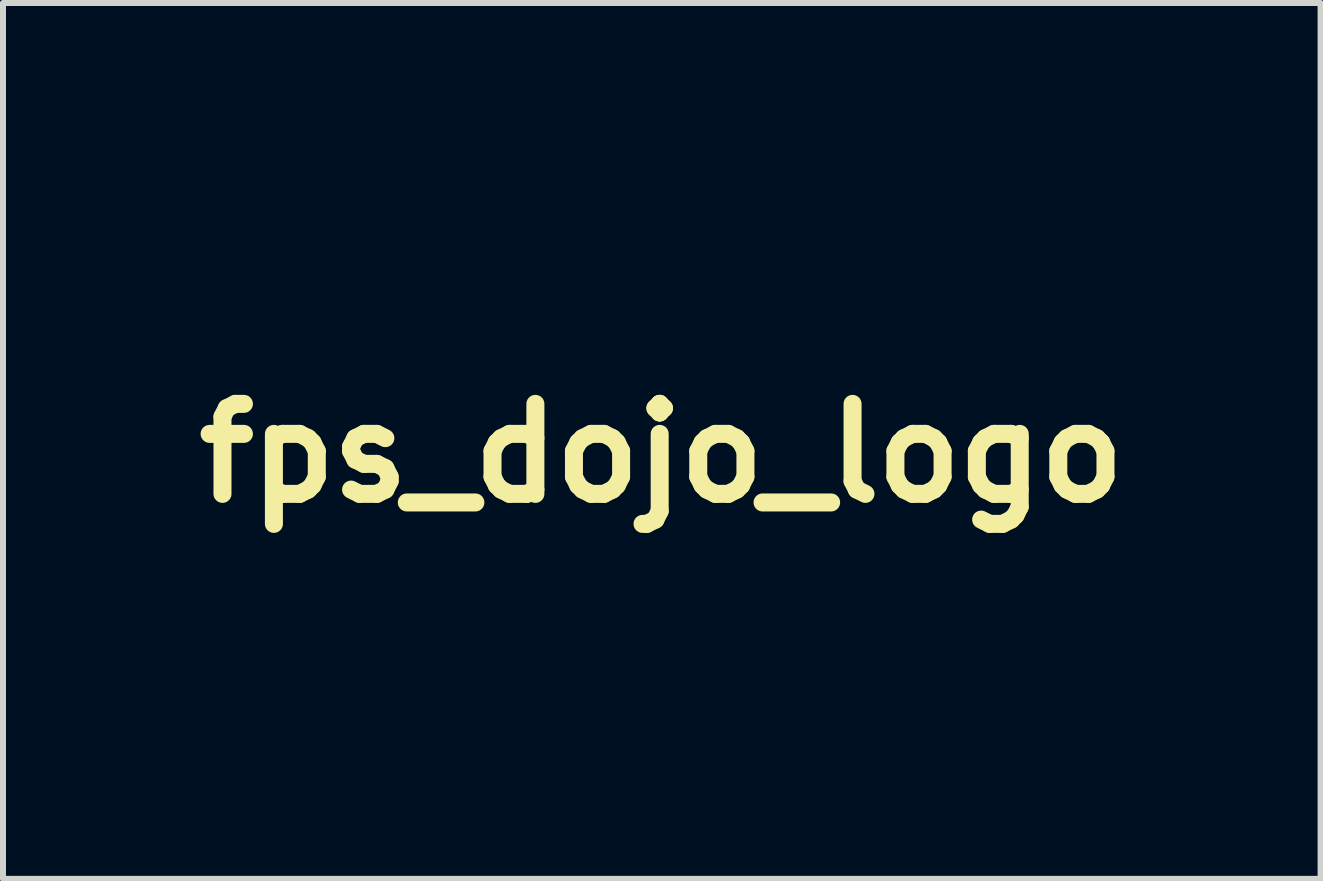
<source format=kicad_pcb>
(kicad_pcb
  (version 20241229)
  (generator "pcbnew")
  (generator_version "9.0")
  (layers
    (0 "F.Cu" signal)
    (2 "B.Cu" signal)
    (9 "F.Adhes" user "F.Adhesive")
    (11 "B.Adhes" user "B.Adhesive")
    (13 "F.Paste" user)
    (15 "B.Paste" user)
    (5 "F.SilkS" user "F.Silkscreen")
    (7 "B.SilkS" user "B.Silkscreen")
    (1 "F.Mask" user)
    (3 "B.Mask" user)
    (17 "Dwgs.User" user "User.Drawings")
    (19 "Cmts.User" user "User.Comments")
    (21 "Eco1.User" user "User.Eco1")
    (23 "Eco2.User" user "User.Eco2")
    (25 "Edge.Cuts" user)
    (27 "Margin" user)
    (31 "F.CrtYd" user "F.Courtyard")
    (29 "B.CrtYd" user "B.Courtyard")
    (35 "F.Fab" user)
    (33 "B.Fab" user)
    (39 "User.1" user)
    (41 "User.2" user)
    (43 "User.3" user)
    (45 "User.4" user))
  (footprint "fps_dojo_logo"
    (layer "F.Cu")
    (at 7.979 4.502)
    (property "Reference" "fps_dojo_logo" (at 0 0 0) (layer "F.SilkS") (effects (font (size 1.5 1.5) (thickness 0.3))))
    (attr board_only exclude_from_pos_files exclude_from_bom)
    (fp_poly (pts (xy -5.819 -0.248) (xy -5.791 -0.244) (xy -5.73 -0.234) (xy -5.641 -0.221) (xy -5.528 -0.203) (xy -5.395 -0.183) (xy -5.247 -0.161) (xy -5.087 -0.137) (xy -5.042 -0.13) (xy -4.883 -0.106) (xy -4.735 -0.084) (xy -4.603 -0.064) (xy -4.49 -0.046) (xy -4.402 -0.032) (xy -4.34 -0.022) (xy -4.311 -0.016) (xy -4.309 -0.015) (xy -4.312 0.004) (xy -4.323 0.052) (xy -4.341 0.124) (xy -4.364 0.212) (xy -4.378 0.264) (xy -4.452 0.537) (xy -4.518 0.535) (xy -4.551 0.532) (xy -4.617 0.523) (xy -4.709 0.511) (xy -4.826 0.494) (xy -4.961 0.474) (xy -5.11 0.452) (xy -5.269 0.428) (xy -5.297 0.424) (xy -5.455 0.4) (xy -5.601 0.377) (xy -5.73 0.357) (xy -5.841 0.339) (xy -5.927 0.325) (xy -5.985 0.316) (xy -6.012 0.311) (xy -6.013 0.31) (xy -6.01 0.292) (xy -5.999 0.244) (xy -5.981 0.172) (xy -5.958 0.083) (xy -5.943 0.024) (xy -5.914 -0.082) (xy -5.893 -0.157) (xy -5.877 -0.206) (xy -5.863 -0.235) (xy -5.85 -0.248) (xy -5.834 -0.251)) (stroke (width 0) (type solid)) (fill yes) (layer "F.Mask"))
    (fp_poly (pts (xy 5.552 -0.259) (xy 5.859 -0.259) (xy 6.133 -0.259) (xy 6.374 -0.258) (xy 6.584 -0.257) (xy 6.765 -0.256) (xy 6.918 -0.255) (xy 7.046 -0.253) (xy 7.149 -0.251) (xy 7.23 -0.249) (xy 7.289 -0.246) (xy 7.328 -0.243) (xy 7.35 -0.24) (xy 7.355 -0.237) (xy 7.35 -0.215) (xy 7.336 -0.161) (xy 7.314 -0.079) (xy 7.285 0.028) (xy 7.249 0.156) (xy 7.208 0.302) (xy 7.164 0.462) (xy 7.12 0.615) (xy 6.885 1.445) (xy 4.732 1.445) (xy 2.578 1.445) (xy 2.614 1.32) (xy 2.627 1.275) (xy 2.648 1.198) (xy 2.678 1.096) (xy 2.703 1.008) (xy 4.002 1.008) (xy 4.02 1.01) (xy 4.071 1.012) (xy 4.152 1.014) (xy 4.259 1.015) (xy 4.389 1.015) (xy 4.537 1.016) (xy 4.701 1.015) (xy 4.858 1.015) (xy 5.713 1.01) (xy 5.745 0.903) (xy 5.777 0.797) (xy 4.918 0.797) (xy 4.06 0.797) (xy 4.031 0.897) (xy 4.015 0.953) (xy 4.004 0.995) (xy 4.002 1.008) (xy 2.703 1.008) (xy 2.713 0.971) (xy 2.754 0.83) (xy 2.798 0.676) (xy 2.844 0.514) (xy 2.857 0.468) (xy 2.888 0.36) (xy 4.187 0.36) (xy 4.205 0.362) (xy 4.256 0.364) (xy 4.337 0.366) (xy 4.444 0.368) (xy 4.574 0.369) (xy 4.722 0.37) (xy 4.886 0.37) (xy 5.04 0.371) (xy 5.892 0.371) (xy 5.908 0.329) (xy 5.924 0.278) (xy 5.935 0.236) (xy 5.948 0.185) (xy 5.088 0.185) (xy 4.228 0.185) (xy 4.208 0.268) (xy 4.195 0.319) (xy 4.188 0.354) (xy 4.187 0.36) (xy 2.888 0.36) (xy 3.064 -0.259) (xy 5.21 -0.259)) (stroke (width 0) (type solid)) (fill yes) (layer "F.Mask"))
    (fp_poly (pts (xy -3.499 -4.502) (xy -3.193 -4.502) (xy -2.92 -4.501) (xy -2.68 -4.501) (xy -2.471 -4.5) (xy -2.291 -4.499) (xy -2.138 -4.497) (xy -2.011 -4.496) (xy -1.909 -4.494) (xy -1.829 -4.491) (xy -1.77 -4.489) (xy -1.731 -4.486) (xy -1.71 -4.483) (xy -1.704 -4.48) (xy -1.709 -4.453) (xy -1.722 -4.4) (xy -1.741 -4.329) (xy -1.753 -4.285) (xy -1.802 -4.113) (xy -3.276 -4.108) (xy -4.75 -4.104) (xy -4.903 -3.576) (xy -4.942 -3.441) (xy -4.977 -3.318) (xy -5.007 -3.21) (xy -5.032 -3.123) (xy -5.048 -3.061) (xy -5.056 -3.028) (xy -5.057 -3.024) (xy -5.05 -3.02) (xy -5.028 -3.016) (xy -4.988 -3.013) (xy -4.929 -3.01) (xy -4.848 -3.007) (xy -4.744 -3.005) (xy -4.614 -3.004) (xy -4.455 -3.003) (xy -4.267 -3.002) (xy -4.047 -3.002) (xy -3.793 -3.001) (xy -3.678 -3.001) (xy -3.455 -3.001) (xy -3.244 -3.001) (xy -3.046 -3.001) (xy -2.866 -3) (xy -2.705 -3) (xy -2.567 -2.999) (xy -2.454 -2.999) (xy -2.37 -2.998) (xy -2.317 -2.997) (xy -2.298 -2.997) (xy -2.298 -2.997) (xy -2.303 -2.978) (xy -2.316 -2.932) (xy -2.335 -2.865) (xy -2.351 -2.807) (xy -2.404 -2.622) (xy -3.792 -2.617) (xy -5.18 -2.612) (xy -5.408 -1.811) (xy -5.457 -1.642) (xy -5.503 -1.481) (xy -5.545 -1.332) (xy -5.583 -1.2) (xy -5.615 -1.089) (xy -5.64 -1.002) (xy -5.657 -0.943) (xy -5.663 -0.922) (xy -5.689 -0.834) (xy -6.357 -0.834) (xy -6.535 -0.834) (xy -6.68 -0.835) (xy -6.794 -0.836) (xy -6.881 -0.838) (xy -6.943 -0.841) (xy -6.985 -0.845) (xy -7.009 -0.85) (xy -7.018 -0.856) (xy -7.018 -0.859) (xy -7.012 -0.88) (xy -6.997 -0.934) (xy -6.973 -1.019) (xy -6.941 -1.132) (xy -6.901 -1.272) (xy -6.854 -1.435) (xy -6.802 -1.619) (xy -6.744 -1.822) (xy -6.681 -2.041) (xy -6.614 -2.274) (xy -6.544 -2.518) (xy -6.494 -2.693) (xy -5.976 -4.502) (xy -3.84 -4.502)) (stroke (width 0) (type solid)) (fill yes) (layer "F.Mask"))
    (fp_poly (pts (xy 0.95 -4.502) (xy 1.218 -4.502) (xy 1.473 -4.501) (xy 1.713 -4.5) (xy 1.936 -4.499) (xy 2.139 -4.498) (xy 2.319 -4.497) (xy 2.476 -4.496) (xy 2.606 -4.494) (xy 2.707 -4.492) (xy 2.776 -4.491) (xy 2.812 -4.489) (xy 2.817 -4.488) (xy 2.812 -4.468) (xy 2.798 -4.416) (xy 2.775 -4.335) (xy 2.746 -4.228) (xy 2.71 -4.099) (xy 2.668 -3.951) (xy 2.622 -3.788) (xy 2.572 -3.613) (xy 2.553 -3.543) (xy 2.288 -2.612) (xy 0.805 -2.612) (xy -0.678 -2.612) (xy -0.906 -1.811) (xy -0.955 -1.642) (xy -1.001 -1.481) (xy -1.043 -1.333) (xy -1.081 -1.2) (xy -1.113 -1.089) (xy -1.138 -1.002) (xy -1.155 -0.943) (xy -1.161 -0.922) (xy -1.187 -0.834) (xy -1.855 -0.834) (xy -2.033 -0.834) (xy -2.178 -0.835) (xy -2.292 -0.836) (xy -2.379 -0.838) (xy -2.441 -0.841) (xy -2.483 -0.845) (xy -2.507 -0.85) (xy -2.516 -0.856) (xy -2.516 -0.859) (xy -2.511 -0.88) (xy -2.495 -0.934) (xy -2.471 -1.019) (xy -2.439 -1.132) (xy -2.399 -1.272) (xy -2.352 -1.435) (xy -2.3 -1.619) (xy -2.242 -1.822) (xy -2.179 -2.041) (xy -2.112 -2.274) (xy -2.042 -2.518) (xy -1.992 -2.693) (xy -1.897 -3.024) (xy -0.555 -3.024) (xy -0.548 -3.018) (xy -0.526 -3.014) (xy -0.484 -3.01) (xy -0.422 -3.007) (xy -0.335 -3.006) (xy -0.221 -3.005) (xy -0.078 -3.004) (xy 0.097 -3.005) (xy 0.252 -3.006) (xy 1.061 -3.011) (xy 1.216 -3.547) (xy 1.255 -3.682) (xy 1.29 -3.806) (xy 1.32 -3.913) (xy 1.345 -4) (xy 1.362 -4.063) (xy 1.37 -4.095) (xy 1.371 -4.099) (xy 1.353 -4.102) (xy 1.302 -4.104) (xy 1.221 -4.106) (xy 1.115 -4.108) (xy 0.986 -4.109) (xy 0.839 -4.109) (xy 0.678 -4.109) (xy 0.562 -4.108) (xy -0.248 -4.104) (xy -0.401 -3.576) (xy -0.44 -3.441) (xy -0.475 -3.318) (xy -0.505 -3.21) (xy -0.53 -3.123) (xy -0.546 -3.061) (xy -0.555 -3.028) (xy -0.555 -3.024) (xy -1.897 -3.024) (xy -1.474 -4.502) (xy 0.671 -4.502)) (stroke (width 0) (type solid)) (fill yes) (layer "F.Mask"))
    (fp_poly (pts (xy 6.901 1.876) (xy 6.842 2.084) (xy 5.246 2.089) (xy 3.65 2.094) (xy 3.594 2.204) (xy 3.566 2.262) (xy 3.546 2.305) (xy 3.539 2.324) (xy 3.557 2.326) (xy 3.609 2.328) (xy 3.693 2.329) (xy 3.806 2.331) (xy 3.946 2.332) (xy 4.109 2.334) (xy 4.293 2.335) (xy 4.495 2.336) (xy 4.713 2.337) (xy 4.944 2.338) (xy 5.12 2.339) (xy 6.701 2.344) (xy 6.451 3.219) (xy 6.201 4.094) (xy 5.612 4.094) (xy 5.024 4.094) (xy 5.059 3.969) (xy 5.073 3.919) (xy 5.096 3.84) (xy 5.126 3.736) (xy 5.161 3.614) (xy 5.199 3.479) (xy 5.24 3.337) (xy 5.25 3.302) (xy 5.405 2.76) (xy 5.352 2.76) (xy 5.338 2.762) (xy 5.324 2.767) (xy 5.309 2.78) (xy 5.291 2.802) (xy 5.268 2.839) (xy 5.238 2.891) (xy 5.2 2.963) (xy 5.151 3.057) (xy 5.091 3.177) (xy 5.017 3.325) (xy 4.965 3.427) (xy 4.632 4.094) (xy 4.215 4.094) (xy 3.798 4.094) (xy 4.131 3.427) (xy 4.465 2.76) (xy 4.372 2.76) (xy 4.279 2.76) (xy 3.952 3.427) (xy 3.625 4.094) (xy 3.211 4.094) (xy 3.092 4.094) (xy 2.986 4.092) (xy 2.899 4.09) (xy 2.836 4.086) (xy 2.802 4.083) (xy 2.798 4.08) (xy 2.806 4.061) (xy 2.828 4.013) (xy 2.864 3.938) (xy 2.911 3.841) (xy 2.967 3.726) (xy 3.031 3.595) (xy 3.101 3.454) (xy 3.121 3.414) (xy 3.444 2.76) (xy 3.375 2.761) (xy 3.307 2.761) (xy 3.032 3.298) (xy 2.758 3.835) (xy 2.231 3.835) (xy 2.096 3.835) (xy 1.973 3.833) (xy 1.868 3.832) (xy 1.785 3.829) (xy 1.73 3.826) (xy 1.705 3.823) (xy 1.704 3.823) (xy 1.713 3.804) (xy 1.736 3.756) (xy 1.774 3.681) (xy 1.823 3.583) (xy 1.883 3.464) (xy 1.953 3.328) (xy 2.029 3.177) (xy 2.112 3.016) (xy 2.14 2.961) (xy 2.224 2.797) (xy 2.303 2.643) (xy 2.374 2.502) (xy 2.438 2.377) (xy 2.491 2.272) (xy 2.533 2.19) (xy 2.561 2.133) (xy 2.574 2.105) (xy 2.575 2.103) (xy 2.558 2.099) (xy 2.511 2.096) (xy 2.441 2.094) (xy 2.356 2.094) (xy 2.355 2.094) (xy 2.135 2.094) (xy 2.195 1.885) (xy 2.255 1.677) (xy 4.608 1.672) (xy 6.961 1.667)) (stroke (width 0) (type solid)) (fill yes) (layer "F.Mask"))
    (fp_poly (pts (xy -5.053 1.375) (xy -4.93 1.376) (xy -4.83 1.378) (xy -4.757 1.38) (xy -4.715 1.383) (xy -4.706 1.385) (xy -4.711 1.405) (xy -4.725 1.457) (xy -4.747 1.538) (xy -4.777 1.644) (xy -4.813 1.772) (xy -4.854 1.918) (xy -4.9 2.078) (xy -4.949 2.25) (xy -4.955 2.269) (xy -5.004 2.442) (xy -5.05 2.603) (xy -5.091 2.749) (xy -5.127 2.878) (xy -5.157 2.984) (xy -5.18 3.066) (xy -5.195 3.12) (xy -5.2 3.142) (xy -5.2 3.142) (xy -5.182 3.144) (xy -5.129 3.148) (xy -5.044 3.155) (xy -4.931 3.164) (xy -4.792 3.176) (xy -4.628 3.189) (xy -4.444 3.204) (xy -4.242 3.22) (xy -4.024 3.237) (xy -3.793 3.256) (xy -3.552 3.275) (xy -3.303 3.295) (xy -3.049 3.315) (xy -2.793 3.336) (xy -2.537 3.356) (xy -2.284 3.376) (xy -2.037 3.396) (xy -1.799 3.415) (xy -1.571 3.433) (xy -1.357 3.45) (xy -1.16 3.466) (xy -0.981 3.48) (xy -0.825 3.492) (xy -0.692 3.503) (xy -0.587 3.511) (xy -0.511 3.517) (xy -0.468 3.52) (xy -0.459 3.521) (xy -0.449 3.527) (xy -0.447 3.549) (xy -0.453 3.591) (xy -0.468 3.657) (xy -0.493 3.752) (xy -0.517 3.835) (xy -0.588 4.085) (xy -0.687 4.081) (xy -0.718 4.079) (xy -0.783 4.075) (xy -0.881 4.067) (xy -1.009 4.058) (xy -1.164 4.046) (xy -1.345 4.032) (xy -1.549 4.016) (xy -1.773 3.999) (xy -2.016 3.98) (xy -2.275 3.959) (xy -2.549 3.938) (xy -2.833 3.915) (xy -3.127 3.892) (xy -3.155 3.89) (xy -5.523 3.703) (xy -6.286 3.89) (xy -6.449 3.93) (xy -6.602 3.968) (xy -6.741 4.002) (xy -6.861 4.032) (xy -6.959 4.056) (xy -7.031 4.074) (xy -7.073 4.085) (xy -7.082 4.087) (xy -7.109 4.087) (xy -7.114 4.077) (xy -7.11 4.055) (xy -7.097 4.005) (xy -7.078 3.935) (xy -7.056 3.853) (xy -7.032 3.767) (xy -7.009 3.684) (xy -6.988 3.612) (xy -6.972 3.558) (xy -6.962 3.53) (xy -6.961 3.528) (xy -6.943 3.522) (xy -6.895 3.51) (xy -6.825 3.493) (xy -6.741 3.472) (xy -6.736 3.471) (xy -6.515 3.418) (xy -6.297 2.649) (xy -6.251 2.486) (xy -6.207 2.332) (xy -6.168 2.192) (xy -6.133 2.07) (xy -6.105 1.97) (xy -6.084 1.895) (xy -6.071 1.85) (xy -6.068 1.839) (xy -6.065 1.82) (xy -6.07 1.809) (xy -6.089 1.802) (xy -6.129 1.798) (xy -6.196 1.797) (xy -6.259 1.797) (xy -6.461 1.797) (xy -6.401 1.589) (xy -6.341 1.38) (xy -5.524 1.375) (xy -5.354 1.375) (xy -5.195 1.375)) (stroke (width 0) (type solid)) (fill yes) (layer "F.Mask"))
    (fp_poly (pts (xy 1.719 -0.256) (xy 1.857 -0.256) (xy 1.94 -0.255) (xy 2.534 -0.25) (xy 2.444 0.056) (xy 2.414 0.157) (xy 2.389 0.248) (xy 2.369 0.32) (xy 2.357 0.368) (xy 2.353 0.384) (xy 2.365 0.397) (xy 2.404 0.404) (xy 2.474 0.407) (xy 2.51 0.408) (xy 2.582 0.409) (xy 2.636 0.413) (xy 2.665 0.419) (xy 2.668 0.422) (xy 2.663 0.444) (xy 2.65 0.494) (xy 2.631 0.564) (xy 2.612 0.63) (xy 2.59 0.709) (xy 2.572 0.773) (xy 2.56 0.816) (xy 2.557 0.829) (xy 2.54 0.831) (xy 2.493 0.833) (xy 2.427 0.834) (xy 2.385 0.834) (xy 2.214 0.834) (xy 1.891 1.941) (xy 1.834 2.136) (xy 1.78 2.322) (xy 1.73 2.494) (xy 1.684 2.65) (xy 1.645 2.786) (xy 1.611 2.899) (xy 1.586 2.987) (xy 1.568 3.045) (xy 1.56 3.072) (xy 1.56 3.073) (xy 1.562 3.087) (xy 1.584 3.093) (xy 1.634 3.093) (xy 1.674 3.091) (xy 1.741 3.088) (xy 1.779 3.091) (xy 1.794 3.101) (xy 1.797 3.112) (xy 1.792 3.144) (xy 1.779 3.202) (xy 1.761 3.277) (xy 1.74 3.361) (xy 1.717 3.448) (xy 1.695 3.527) (xy 1.676 3.593) (xy 1.661 3.636) (xy 1.655 3.649) (xy 1.635 3.653) (xy 1.582 3.659) (xy 1.501 3.668) (xy 1.396 3.679) (xy 1.272 3.691) (xy 1.133 3.705) (xy 0.983 3.72) (xy 0.826 3.734) (xy 0.668 3.749) (xy 0.512 3.763) (xy 0.363 3.777) (xy 0.224 3.789) (xy 0.102 3.799) (xy -0.001 3.808) (xy -0.08 3.814) (xy -0.13 3.817) (xy -0.142 3.817) (xy -0.183 3.816) (xy -0.137 3.654) (xy -0.112 3.564) (xy -0.087 3.47) (xy -0.066 3.39) (xy -0.062 3.376) (xy -0.045 3.317) (xy -0.03 3.275) (xy -0.021 3.26) (xy 0.002 3.257) (xy 0.052 3.253) (xy 0.12 3.246) (xy 0.144 3.244) (xy 0.215 3.236) (xy 0.272 3.228) (xy 0.303 3.221) (xy 0.307 3.219) (xy 0.314 3.2) (xy 0.33 3.149) (xy 0.355 3.068) (xy 0.387 2.96) (xy 0.427 2.828) (xy 0.472 2.675) (xy 0.523 2.505) (xy 0.578 2.32) (xy 0.636 2.122) (xy 0.664 2.026) (xy 1.011 0.843) (xy 0.848 0.838) (xy 0.776 0.834) (xy 0.72 0.83) (xy 0.689 0.825) (xy 0.685 0.823) (xy 0.69 0.802) (xy 0.703 0.753) (xy 0.723 0.684) (xy 0.744 0.611) (xy 0.802 0.409) (xy 0.97 0.404) (xy 1.139 0.398) (xy 1.234 0.078) (xy 1.265 -0.025) (xy 1.293 -0.115) (xy 1.316 -0.187) (xy 1.331 -0.234) (xy 1.338 -0.251) (xy 1.358 -0.253) (xy 1.411 -0.255) (xy 1.491 -0.256) (xy 1.596 -0.256)) (stroke (width 0) (type solid)) (fill yes) (layer "F.Mask"))
    (fp_poly (pts (xy 5.53 -4.502) (xy 5.83 -4.502) (xy 6.098 -4.501) (xy 6.333 -4.501) (xy 6.539 -4.5) (xy 6.716 -4.499) (xy 6.867 -4.498) (xy 6.993 -4.496) (xy 7.096 -4.495) (xy 7.178 -4.493) (xy 7.24 -4.49) (xy 7.285 -4.488) (xy 7.314 -4.485) (xy 7.329 -4.481) (xy 7.331 -4.478) (xy 7.324 -4.454) (xy 7.307 -4.4) (xy 7.284 -4.32) (xy 7.255 -4.22) (xy 7.221 -4.106) (xy 7.195 -4.015) (xy 7.068 -3.576) (xy 6.406 -3.576) (xy 6.227 -3.576) (xy 6.082 -3.577) (xy 5.968 -3.578) (xy 5.881 -3.58) (xy 5.818 -3.583) (xy 5.777 -3.587) (xy 5.753 -3.592) (xy 5.744 -3.599) (xy 5.743 -3.601) (xy 5.748 -3.627) (xy 5.762 -3.681) (xy 5.782 -3.756) (xy 5.808 -3.845) (xy 5.815 -3.869) (xy 5.886 -4.113) (xy 5.079 -4.108) (xy 4.272 -4.104) (xy 4.119 -3.576) (xy 4.08 -3.441) (xy 4.045 -3.318) (xy 4.014 -3.21) (xy 3.99 -3.123) (xy 3.974 -3.061) (xy 3.966 -3.028) (xy 3.965 -3.024) (xy 3.972 -3.02) (xy 3.994 -3.016) (xy 4.034 -3.013) (xy 4.092 -3.01) (xy 4.172 -3.008) (xy 4.276 -3.006) (xy 4.405 -3.004) (xy 4.561 -3.003) (xy 4.747 -3.002) (xy 4.964 -3.002) (xy 5.214 -3.001) (xy 5.428 -3.001) (xy 5.72 -3.001) (xy 5.975 -3.001) (xy 6.196 -3) (xy 6.385 -2.998) (xy 6.541 -2.997) (xy 6.667 -2.995) (xy 6.763 -2.992) (xy 6.832 -2.989) (xy 6.874 -2.986) (xy 6.891 -2.982) (xy 6.892 -2.981) (xy 6.887 -2.961) (xy 6.873 -2.908) (xy 6.851 -2.828) (xy 6.821 -2.723) (xy 6.786 -2.598) (xy 6.746 -2.456) (xy 6.702 -2.301) (xy 6.655 -2.136) (xy 6.606 -1.966) (xy 6.557 -1.793) (xy 6.508 -1.623) (xy 6.46 -1.458) (xy 6.416 -1.302) (xy 6.374 -1.16) (xy 6.338 -1.034) (xy 6.316 -0.959) (xy 6.279 -0.834) (xy 4.129 -0.834) (xy 3.801 -0.834) (xy 3.509 -0.834) (xy 3.249 -0.834) (xy 3.02 -0.834) (xy 2.821 -0.835) (xy 2.649 -0.835) (xy 2.502 -0.836) (xy 2.378 -0.837) (xy 2.276 -0.839) (xy 2.193 -0.84) (xy 2.127 -0.842) (xy 2.077 -0.845) (xy 2.04 -0.847) (xy 2.015 -0.85) (xy 1.999 -0.854) (xy 1.991 -0.858) (xy 1.989 -0.863) (xy 1.989 -0.866) (xy 1.998 -0.898) (xy 2.015 -0.955) (xy 2.036 -1.027) (xy 2.046 -1.061) (xy 2.095 -1.223) (xy 3.575 -1.223) (xy 3.844 -1.223) (xy 4.079 -1.223) (xy 4.281 -1.223) (xy 4.454 -1.224) (xy 4.599 -1.225) (xy 4.719 -1.226) (xy 4.816 -1.227) (xy 4.893 -1.229) (xy 4.952 -1.231) (xy 4.996 -1.234) (xy 5.027 -1.238) (xy 5.046 -1.242) (xy 5.058 -1.246) (xy 5.063 -1.252) (xy 5.065 -1.255) (xy 5.079 -1.303) (xy 5.1 -1.376) (xy 5.127 -1.472) (xy 5.16 -1.585) (xy 5.195 -1.709) (xy 5.233 -1.842) (xy 5.271 -1.977) (xy 5.309 -2.11) (xy 5.345 -2.237) (xy 5.377 -2.352) (xy 5.405 -2.45) (xy 5.427 -2.528) (xy 5.441 -2.58) (xy 5.447 -2.602) (xy 5.447 -2.602) (xy 5.429 -2.604) (xy 5.376 -2.605) (xy 5.293 -2.607) (xy 5.18 -2.609) (xy 5.042 -2.61) (xy 4.88 -2.612) (xy 4.698 -2.613) (xy 4.499 -2.614) (xy 4.285 -2.616) (xy 4.058 -2.616) (xy 3.978 -2.617) (xy 2.509 -2.622) (xy 2.777 -3.562) (xy 3.046 -4.502) (xy 5.193 -4.502)) (stroke (width 0) (type solid)) (fill yes) (layer "F.Mask"))
    (fp_poly (pts (xy -2.355 -0.171) (xy -2.339 -0.109) (xy -2.325 -0.05) (xy -2.324 -0.046) (xy -2.318 -0.012) (xy -2.312 0.016) (xy -2.303 0.036) (xy -2.286 0.052) (xy -2.258 0.062) (xy -2.215 0.069) (xy -2.151 0.073) (xy -2.065 0.074) (xy -1.95 0.074) (xy -1.804 0.074) (xy -1.754 0.074) (xy -1.213 0.074) (xy -1.112 -0.083) (xy -1.01 -0.24) (xy -0.355 -0.241) (xy 0.299 -0.241) (xy 0.196 -0.094) (xy 0.152 -0.031) (xy 0.117 0.022) (xy 0.096 0.055) (xy 0.093 0.063) (xy 0.11 0.067) (xy 0.157 0.071) (xy 0.228 0.073) (xy 0.314 0.074) (xy 0.324 0.074) (xy 0.412 0.074) (xy 0.484 0.075) (xy 0.534 0.077) (xy 0.555 0.079) (xy 0.555 0.079) (xy 0.55 0.097) (xy 0.537 0.144) (xy 0.517 0.213) (xy 0.493 0.295) (xy 0.493 0.296) (xy 0.431 0.509) (xy -0.687 0.515) (xy -1.806 0.521) (xy -1.876 0.608) (xy -1.945 0.695) (xy -0.874 0.7) (xy 0.198 0.704) (xy -0.137 1.871) (xy -0.472 3.038) (xy -2.581 3.038) (xy -2.905 3.038) (xy -3.195 3.038) (xy -3.451 3.038) (xy -3.677 3.038) (xy -3.873 3.037) (xy -4.042 3.037) (xy -4.186 3.036) (xy -4.307 3.035) (xy -4.407 3.033) (xy -4.487 3.032) (xy -4.551 3.03) (xy -4.599 3.027) (xy -4.634 3.024) (xy -4.657 3.021) (xy -4.672 3.017) (xy -4.679 3.013) (xy -4.681 3.009) (xy -4.68 3.006) (xy -4.673 2.983) (xy -4.657 2.927) (xy -4.633 2.842) (xy -4.601 2.732) (xy -4.567 2.613) (xy -3.275 2.613) (xy -2.459 2.608) (xy -1.642 2.603) (xy -1.61 2.496) (xy -1.578 2.39) (xy -2.394 2.394) (xy -3.209 2.399) (xy -3.242 2.506) (xy -3.275 2.613) (xy -4.567 2.613) (xy -4.563 2.599) (xy -4.52 2.447) (xy -4.472 2.279) (xy -4.42 2.099) (xy -4.381 1.964) (xy -4.374 1.939) (xy -3.075 1.939) (xy -3.069 1.945) (xy -3.05 1.95) (xy -3.013 1.954) (xy -2.957 1.958) (xy -2.878 1.96) (xy -2.774 1.962) (xy -2.641 1.963) (xy -2.477 1.964) (xy -2.28 1.964) (xy -2.271 1.964) (xy -2.102 1.964) (xy -1.944 1.963) (xy -1.802 1.961) (xy -1.68 1.959) (xy -1.58 1.957) (xy -1.508 1.955) (xy -1.466 1.952) (xy -1.457 1.95) (xy -1.448 1.926) (xy -1.432 1.878) (xy -1.42 1.839) (xy -1.391 1.742) (xy -2.204 1.742) (xy -3.016 1.742) (xy -3.046 1.828) (xy -3.063 1.884) (xy -3.074 1.927) (xy -3.075 1.939) (xy -4.374 1.939) (xy -4.327 1.773) (xy -4.274 1.59) (xy -4.225 1.417) (xy -4.189 1.294) (xy -2.89 1.294) (xy -2.879 1.3) (xy -2.844 1.304) (xy -2.784 1.308) (xy -2.695 1.311) (xy -2.578 1.313) (xy -2.429 1.314) (xy -2.246 1.315) (xy -2.077 1.315) (xy -1.264 1.315) (xy -1.253 1.264) (xy -1.24 1.209) (xy -1.23 1.172) (xy -1.218 1.13) (xy -2.033 1.13) (xy -2.847 1.13) (xy -2.869 1.202) (xy -2.882 1.253) (xy -2.89 1.289) (xy -2.89 1.294) (xy -4.189 1.294) (xy -4.179 1.26) (xy -4.139 1.121) (xy -4.106 1.004) (xy -4.08 0.912) (xy -4.062 0.851) (xy -4.055 0.829) (xy -4.019 0.704) (xy -3.697 0.704) (xy -3.375 0.704) (xy -3.298 0.611) (xy -3.22 0.519) (xy -3.731 0.519) (xy -3.865 0.518) (xy -3.985 0.517) (xy -4.088 0.515) (xy -4.168 0.513) (xy -4.221 0.51) (xy -4.242 0.507) (xy -4.243 0.507) (xy -4.238 0.485) (xy -4.225 0.435) (xy -4.207 0.365) (xy -4.185 0.284) (xy -4.127 0.074) (xy -3.86 0.074) (xy -3.766 0.073) (xy -3.686 0.071) (xy -3.628 0.067) (xy -3.598 0.062) (xy -3.595 0.06) (xy -3.599 0.037) (xy -3.61 -0.013) (xy -3.625 -0.08) (xy -3.629 -0.097) (xy -3.664 -0.241) (xy -3.018 -0.241) (xy -2.373 -0.241)) (stroke (width 0) (type solid)) (fill yes) (layer "F.Mask")))
  (gr_rect
    (start -3 -3)
    (end 18.957 11.596)
    (stroke (width 0.1) (type default))
    (fill no)
    (layer "Edge.Cuts")))
</source>
